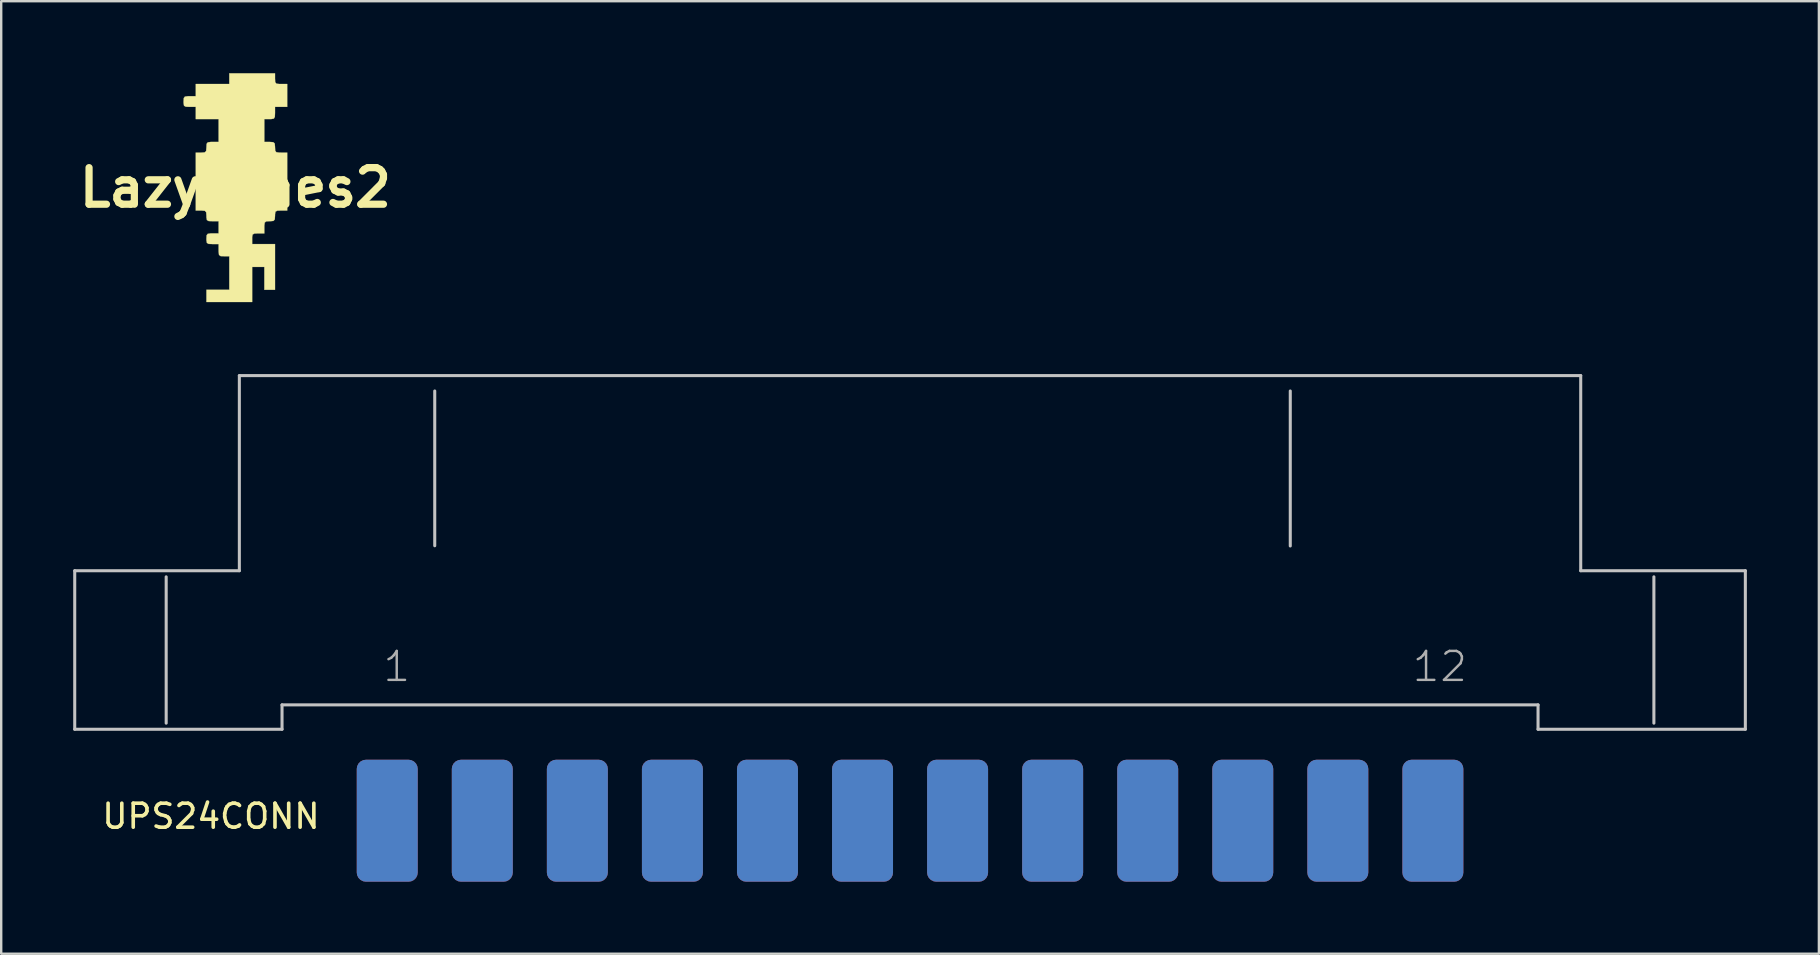
<source format=kicad_pcb>
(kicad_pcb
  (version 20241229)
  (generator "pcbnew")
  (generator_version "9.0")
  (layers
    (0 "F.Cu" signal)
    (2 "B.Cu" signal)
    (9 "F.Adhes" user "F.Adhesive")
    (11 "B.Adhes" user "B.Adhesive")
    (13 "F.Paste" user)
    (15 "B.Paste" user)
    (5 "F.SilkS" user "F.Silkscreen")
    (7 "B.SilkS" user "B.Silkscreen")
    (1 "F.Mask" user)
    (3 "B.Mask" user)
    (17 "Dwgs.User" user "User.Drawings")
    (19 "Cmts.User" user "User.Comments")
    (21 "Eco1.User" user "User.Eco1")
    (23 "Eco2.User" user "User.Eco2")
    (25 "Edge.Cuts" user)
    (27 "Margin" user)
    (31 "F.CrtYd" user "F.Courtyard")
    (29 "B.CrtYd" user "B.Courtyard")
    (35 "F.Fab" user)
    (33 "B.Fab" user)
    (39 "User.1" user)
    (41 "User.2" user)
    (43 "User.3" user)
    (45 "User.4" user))
  (footprint "LazyJones2"
    (layer "F.Cu")
    (at 6.756 4.768)
    (property "Reference" "LazyJones2" (at 0 0 0) (layer "F.SilkS") (effects (font (size 1.524 1.524) (thickness 0.3))))
    (attr through_hole)
    (fp_poly (pts (xy 1.651 -4.54) (xy 1.659 -4.398) (xy 1.706 -4.335) (xy 1.83 -4.318) (xy 1.905 -4.318) (xy 2.159 -4.318) (xy 2.159 -3.365) (xy 1.651 -3.365) (xy 1.651 -3.111) (xy 1.644 -2.949) (xy 1.603 -2.877) (xy 1.494 -2.858) (xy 1.429 -2.857) (xy 1.206 -2.857) (xy 1.206 -1.905) (xy 1.429 -1.905) (xy 1.578 -1.895) (xy 1.639 -1.84) (xy 1.651 -1.7) (xy 1.651 -1.683) (xy 1.659 -1.54) (xy 1.706 -1.477) (xy 1.83 -1.461) (xy 1.905 -1.46) (xy 2.159 -1.46) (xy 2.159 0.953) (xy 1.905 0.953) (xy 1.742 0.959) (xy 1.67 1.001) (xy 1.652 1.109) (xy 1.651 1.175) (xy 1.641 1.324) (xy 1.586 1.385) (xy 1.446 1.397) (xy 1.429 1.397) (xy 1.286 1.405) (xy 1.223 1.452) (xy 1.207 1.576) (xy 1.206 1.651) (xy 1.206 1.905) (xy 0.953 1.905) (xy 0.79 1.912) (xy 0.718 1.953) (xy 0.699 2.062) (xy 0.699 2.127) (xy 0.699 2.349) (xy 1.651 2.349) (xy 1.651 4.255) (xy 1.206 4.255) (xy 1.206 3.302) (xy 0.699 3.302) (xy 0.699 4.763) (xy -1.206 4.763) (xy -1.206 4.255) (xy -0.254 4.255) (xy -0.254 2.857) (xy -0.476 2.857) (xy -0.619 2.85) (xy -0.682 2.802) (xy -0.698 2.678) (xy -0.699 2.603) (xy -0.699 2.349) (xy -0.953 2.349) (xy -1.115 2.343) (xy -1.187 2.301) (xy -1.206 2.193) (xy -1.206 2.127) (xy -1.199 1.985) (xy -1.151 1.922) (xy -1.027 1.905) (xy -0.953 1.905) (xy -0.699 1.905) (xy -0.699 1.397) (xy -0.953 1.397) (xy -1.115 1.39) (xy -1.187 1.349) (xy -1.206 1.24) (xy -1.206 1.175) (xy -1.216 1.026) (xy -1.272 0.965) (xy -1.412 0.953) (xy -1.429 0.953) (xy -1.651 0.953) (xy -1.651 -1.46) (xy -1.429 -1.46) (xy -1.28 -1.47) (xy -1.219 -1.526) (xy -1.207 -1.666) (xy -1.206 -1.683) (xy -1.199 -1.825) (xy -1.151 -1.888) (xy -1.027 -1.905) (xy -0.953 -1.905) (xy -0.699 -1.905) (xy -0.699 -2.857) (xy -1.651 -2.857) (xy -1.651 -3.365) (xy -1.905 -3.365) (xy -2.068 -3.372) (xy -2.14 -3.414) (xy -2.158 -3.522) (xy -2.159 -3.588) (xy -2.151 -3.73) (xy -2.104 -3.793) (xy -1.98 -3.81) (xy -1.905 -3.81) (xy -1.651 -3.81) (xy -1.651 -4.318) (xy -0.254 -4.318) (xy -0.254 -4.763) (xy 1.651 -4.763) (xy 1.651 -4.54)) (stroke (width 0.01) (type solid)) (fill yes) (layer "F.SilkS")))
  (footprint "UPS24CONN"
    (layer "F.Cu")
    (at 34.861 29.87)
    (property "Reference" "UPS24CONN" (at -24.5 0.5 0) (layer "F.SilkS") (effects (font (size 1 1) (thickness 0.15)) (justify right top)))
    (attr through_hole)
    (fp_line (start -34.798 -2.54) (end -34.798 -9.144) (stroke (width 0.127) (type solid)) (layer "Dwgs.User"))
    (fp_line (start -34.798 -2.54) (end -26.162 -2.54) (stroke (width 0.127) (type solid)) (layer "Dwgs.User"))
    (fp_line (start -30.988 -2.794) (end -30.988 -8.89) (stroke (width 0.127) (type solid)) (layer "Dwgs.User"))
    (fp_line (start -27.94 -17.272) (end -27.94 -9.144) (stroke (width 0.127) (type solid)) (layer "Dwgs.User"))
    (fp_line (start -27.94 -17.272) (end 27.94 -17.272) (stroke (width 0.127) (type solid)) (layer "Dwgs.User"))
    (fp_line (start -27.94 -9.144) (end -34.798 -9.144) (stroke (width 0.127) (type solid)) (layer "Dwgs.User"))
    (fp_line (start -26.162 -3.556) (end 26.162 -3.556) (stroke (width 0.127) (type solid)) (layer "Dwgs.User"))
    (fp_line (start -26.162 -2.54) (end -26.162 -3.556) (stroke (width 0.127) (type solid)) (layer "Dwgs.User"))
    (fp_line (start -19.8 -10.185) (end -19.8 -16.632) (stroke (width 0.127) (type solid)) (layer "Dwgs.User"))
    (fp_line (start 15.84 -10.175) (end 15.84 -16.632) (stroke (width 0.127) (type solid)) (layer "Dwgs.User"))
    (fp_line (start 26.162 -2.54) (end 26.162 -3.556) (stroke (width 0.127) (type solid)) (layer "Dwgs.User"))
    (fp_line (start 27.94 -17.272) (end 27.94 -9.144) (stroke (width 0.127) (type solid)) (layer "Dwgs.User"))
    (fp_line (start 27.94 -9.144) (end 34.798 -9.144) (stroke (width 0.127) (type solid)) (layer "Dwgs.User"))
    (fp_line (start 30.988 -2.794) (end 30.988 -8.89) (stroke (width 0.127) (type solid)) (layer "Dwgs.User"))
    (fp_line (start 34.798 -2.54) (end 26.162 -2.54) (stroke (width 0.127) (type solid)) (layer "Dwgs.User"))
    (fp_line (start 34.798 -2.54) (end 34.798 -9.144) (stroke (width 0.127) (type solid)) (layer "Dwgs.User"))
    (fp_text user "12" (at 20.855 -4.445 0) (layer "F.Fab") (effects (font (size 1.206 1.206) (thickness 0.102)) (justify left bottom)))
    (fp_text user "1" (at -22.025 -4.445 0) (layer "F.Fab") (effects (font (size 1.206 1.206) (thickness 0.102)) (justify left bottom)))
    (pad "1" smd roundrect (at -21.779 1.27) (size 2.54 5.08) (layers "F.Cu" "F.Mask" "F.Paste") (roundrect_rratio 0.15))
    (pad "2" smd roundrect (at -17.819 1.27) (size 2.54 5.08) (layers "F.Cu" "F.Mask" "F.Paste") (roundrect_rratio 0.15))
    (pad "3" smd roundrect (at -13.859 1.27) (size 2.54 5.08) (layers "F.Cu" "F.Mask" "F.Paste") (roundrect_rratio 0.15))
    (pad "4" smd roundrect (at -9.899 1.27) (size 2.54 5.08) (layers "F.Cu" "F.Mask" "F.Paste") (roundrect_rratio 0.15))
    (pad "5" smd roundrect (at -5.939 1.27) (size 2.54 5.08) (layers "F.Cu" "F.Mask" "F.Paste") (roundrect_rratio 0.15))
    (pad "6" smd roundrect (at -1.979 1.27) (size 2.54 5.08) (layers "F.Cu" "F.Mask" "F.Paste") (roundrect_rratio 0.15))
    (pad "7" smd roundrect (at 1.981 1.27) (size 2.54 5.08) (layers "F.Cu" "F.Mask" "F.Paste") (roundrect_rratio 0.15))
    (pad "8" smd roundrect (at 5.941 1.27) (size 2.54 5.08) (layers "F.Cu" "F.Mask" "F.Paste") (roundrect_rratio 0.15))
    (pad "9" smd roundrect (at 9.901 1.27) (size 2.54 5.08) (layers "F.Cu" "F.Mask" "F.Paste") (roundrect_rratio 0.15))
    (pad "10" smd roundrect (at 13.861 1.27) (size 2.54 5.08) (layers "F.Cu" "F.Mask" "F.Paste") (roundrect_rratio 0.15))
    (pad "11" smd roundrect (at 17.821 1.27) (size 2.54 5.08) (layers "F.Cu" "F.Mask" "F.Paste") (roundrect_rratio 0.15))
    (pad "12" smd roundrect (at 21.781 1.27) (size 2.54 5.08) (layers "F.Cu" "F.Mask" "F.Paste") (roundrect_rratio 0.15))
    (pad "A" smd roundrect (at -21.779 1.27) (size 2.54 5.08) (layers "B.Cu" "B.Mask" "B.Paste") (roundrect_rratio 0.15))
    (pad "B" smd roundrect (at -17.819 1.27) (size 2.54 5.08) (layers "B.Cu" "B.Mask" "B.Paste") (roundrect_rratio 0.15))
    (pad "C" smd roundrect (at -13.859 1.27) (size 2.54 5.08) (layers "B.Cu" "B.Mask" "B.Paste") (roundrect_rratio 0.15))
    (pad "D" smd roundrect (at -9.899 1.27) (size 2.54 5.08) (layers "B.Cu" "B.Mask" "B.Paste") (roundrect_rratio 0.15))
    (pad "E" smd roundrect (at -5.939 1.27) (size 2.54 5.08) (layers "B.Cu" "B.Mask" "B.Paste") (roundrect_rratio 0.15))
    (pad "F" smd roundrect (at -1.979 1.27) (size 2.54 5.08) (layers "B.Cu" "B.Mask" "B.Paste") (roundrect_rratio 0.15))
    (pad "H" smd roundrect (at 1.981 1.27) (size 2.54 5.08) (layers "B.Cu" "B.Mask" "B.Paste") (roundrect_rratio 0.15))
    (pad "J" smd roundrect (at 5.941 1.27) (size 2.54 5.08) (layers "B.Cu" "B.Mask" "B.Paste") (roundrect_rratio 0.15))
    (pad "K" smd roundrect (at 9.901 1.27) (size 2.54 5.08) (layers "B.Cu" "B.Mask" "B.Paste") (roundrect_rratio 0.15))
    (pad "L" smd roundrect (at 13.861 1.27) (size 2.54 5.08) (layers "B.Cu" "B.Mask" "B.Paste") (roundrect_rratio 0.15))
    (pad "M" smd roundrect (at 17.821 1.27) (size 2.54 5.08) (layers "B.Cu" "B.Mask" "B.Paste") (roundrect_rratio 0.15))
    (pad "N" smd roundrect (at 21.781 1.27) (size 2.54 5.08) (layers "B.Cu" "B.Mask" "B.Paste") (roundrect_rratio 0.15)))
  (gr_rect
    (start -3 -3)
    (end 72.723 36.681)
    (stroke (width 0.1) (type default))
    (fill no)
    (layer "Edge.Cuts")))
</source>
